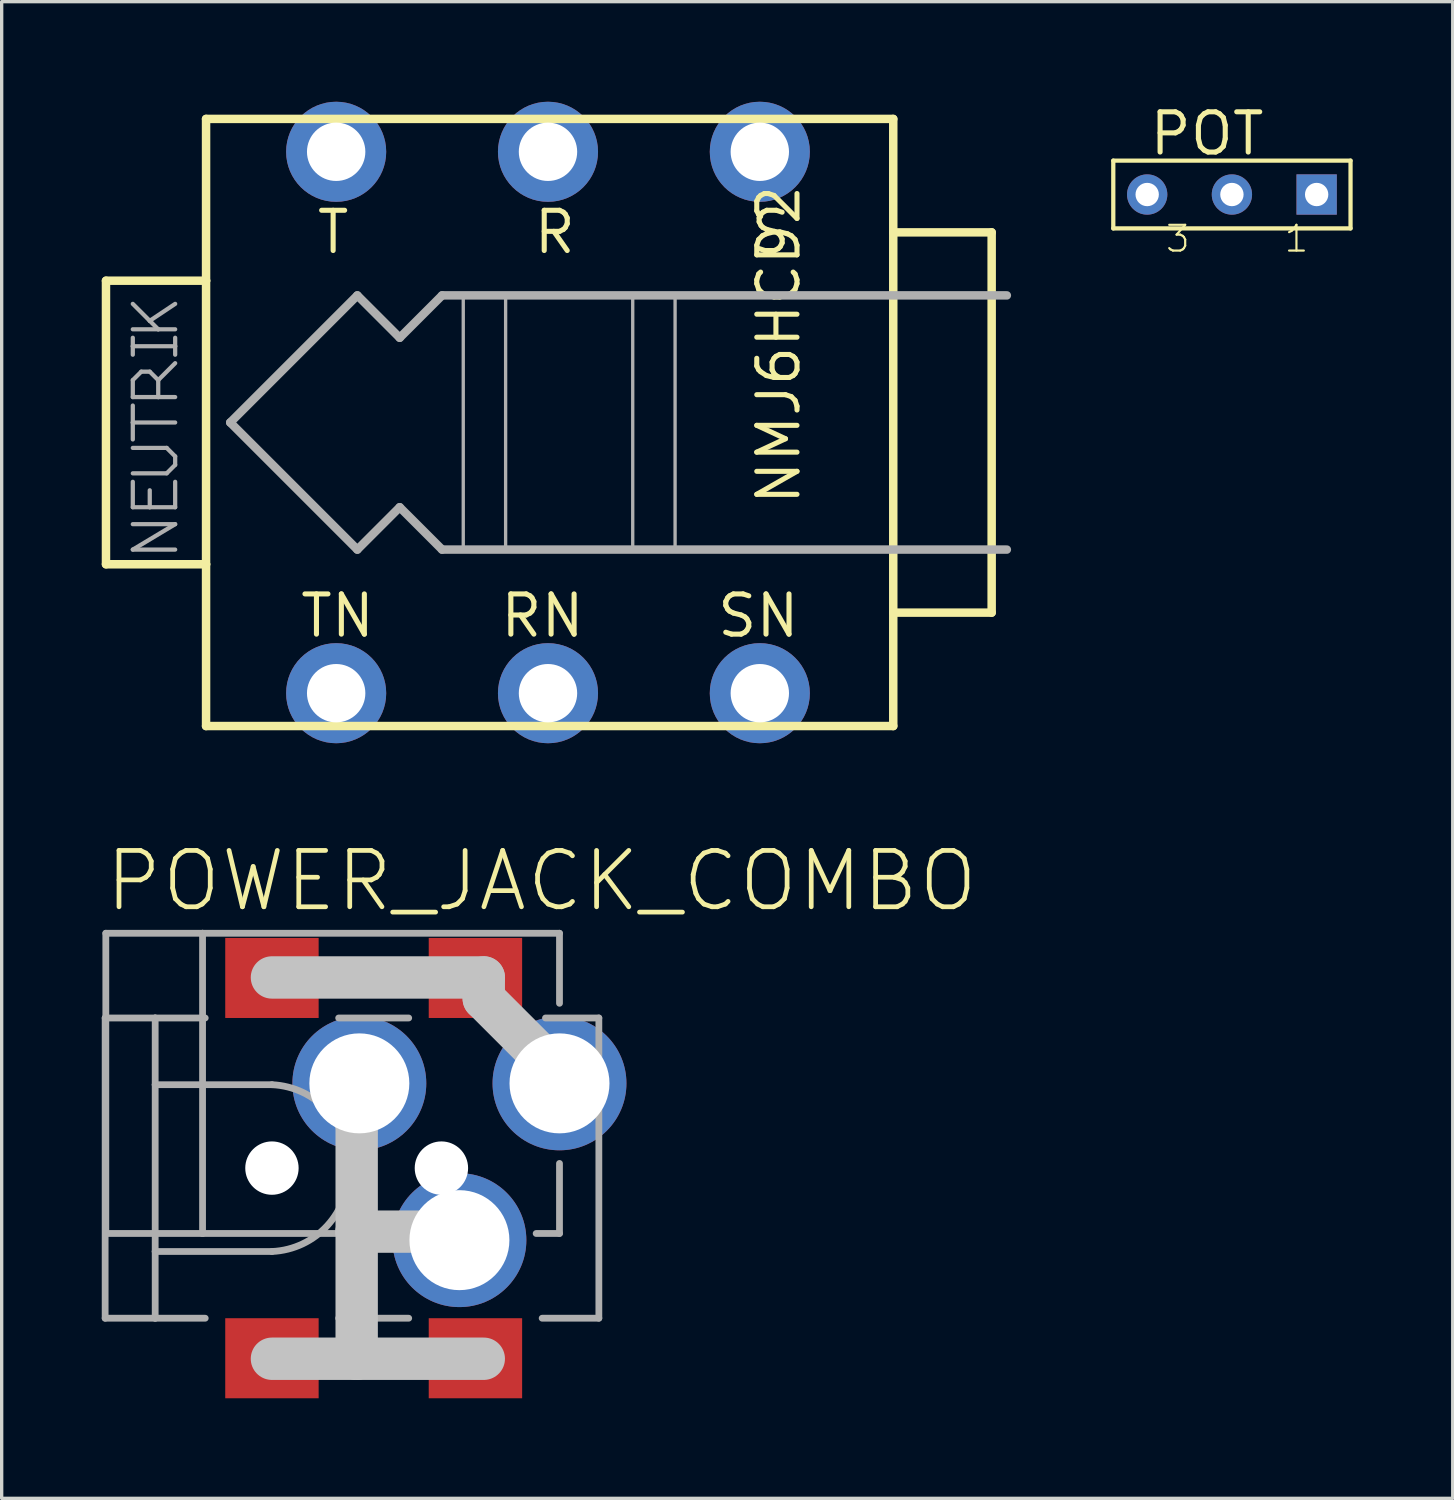
<source format=kicad_pcb>
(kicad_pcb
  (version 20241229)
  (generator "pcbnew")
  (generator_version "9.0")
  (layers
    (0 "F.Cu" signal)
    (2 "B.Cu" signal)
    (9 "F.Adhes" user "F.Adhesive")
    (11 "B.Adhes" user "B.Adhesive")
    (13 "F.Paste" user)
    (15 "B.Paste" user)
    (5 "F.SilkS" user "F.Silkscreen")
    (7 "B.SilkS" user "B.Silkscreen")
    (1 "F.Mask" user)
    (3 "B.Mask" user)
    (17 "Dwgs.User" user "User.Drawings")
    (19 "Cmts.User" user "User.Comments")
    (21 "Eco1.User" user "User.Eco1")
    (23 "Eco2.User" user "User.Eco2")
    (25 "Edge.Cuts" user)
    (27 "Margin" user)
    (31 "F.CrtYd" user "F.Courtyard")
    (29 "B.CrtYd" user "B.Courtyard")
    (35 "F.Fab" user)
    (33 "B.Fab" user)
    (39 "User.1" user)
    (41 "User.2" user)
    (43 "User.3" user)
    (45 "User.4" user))
  (footprint "NMJ6HCD2"
    (layer "F.Cu")
    (at 13.377 9.615)
    (property "Reference" "NMJ6HCD2" (at 7.62 2.54 90) (layer "F.SilkS") (effects (font (size 1.206 1.206) (thickness 0.152)) (justify left bottom)))
    (attr through_hole)
    (fp_line (start -13.25 -4.25) (end -10.25 -4.25) (stroke (width 0.254) (type solid)) (layer "F.SilkS"))
    (fp_line (start -13.25 4.25) (end -13.25 -4.25) (stroke (width 0.254) (type solid)) (layer "F.SilkS"))
    (fp_line (start -10.25 -9.1) (end -10.25 -4.25) (stroke (width 0.254) (type solid)) (layer "F.SilkS"))
    (fp_line (start -10.25 -4.25) (end -10.25 4.25) (stroke (width 0.254) (type solid)) (layer "F.SilkS"))
    (fp_line (start -10.25 4.25) (end -13.25 4.25) (stroke (width 0.254) (type solid)) (layer "F.SilkS"))
    (fp_line (start -10.25 4.25) (end -10.25 9.1) (stroke (width 0.254) (type solid)) (layer "F.SilkS"))
    (fp_line (start -10.25 9.1) (end 10.35 9.1) (stroke (width 0.254) (type solid)) (layer "F.SilkS"))
    (fp_line (start 10.35 -9.1) (end -10.25 -9.1) (stroke (width 0.254) (type solid)) (layer "F.SilkS"))
    (fp_line (start 10.35 -5.7) (end 10.35 -9.1) (stroke (width 0.254) (type solid)) (layer "F.SilkS"))
    (fp_line (start 10.35 -5.7) (end 13.3 -5.7) (stroke (width 0.254) (type solid)) (layer "F.SilkS"))
    (fp_line (start 10.35 5.7) (end 10.35 -5.7) (stroke (width 0.254) (type solid)) (layer "F.SilkS"))
    (fp_line (start 10.35 9.1) (end 10.35 5.7) (stroke (width 0.254) (type solid)) (layer "F.SilkS"))
    (fp_line (start 13.3 -5.7) (end 13.3 5.7) (stroke (width 0.254) (type solid)) (layer "F.SilkS"))
    (fp_line (start 13.3 5.7) (end 10.35 5.7) (stroke (width 0.254) (type solid)) (layer "F.SilkS"))
    (fp_line (start -12.446 -2.286) (end -12.446 -2.54) (stroke (width 0.127) (type solid)) (layer "F.Fab"))
    (fp_line (start -12.446 -2.032) (end -12.446 -2.286) (stroke (width 0.127) (type solid)) (layer "F.Fab"))
    (fp_line (start -12.446 -1.27) (end -12.192 -1.524) (stroke (width 0.127) (type solid)) (layer "F.Fab"))
    (fp_line (start -12.446 -0.762) (end -12.446 -1.27) (stroke (width 0.127) (type solid)) (layer "F.Fab"))
    (fp_line (start -12.446 0) (end -12.446 -0.508) (stroke (width 0.127) (type solid)) (layer "F.Fab"))
    (fp_line (start -12.446 0.508) (end -12.446 0) (stroke (width 0.127) (type solid)) (layer "F.Fab"))
    (fp_line (start -12.446 1.524) (end -11.43 1.524) (stroke (width 0.127) (type solid)) (layer "F.Fab"))
    (fp_line (start -12.446 2.54) (end -12.446 1.778) (stroke (width 0.127) (type solid)) (layer "F.Fab"))
    (fp_line (start -12.446 3.81) (end -11.176 3.048) (stroke (width 0.127) (type solid)) (layer "F.Fab"))
    (fp_line (start -12.192 -1.524) (end -11.938 -1.524) (stroke (width 0.127) (type solid)) (layer "F.Fab"))
    (fp_line (start -11.938 -3.048) (end -12.446 -3.556) (stroke (width 0.127) (type solid)) (layer "F.Fab"))
    (fp_line (start -11.938 -3.048) (end -11.176 -3.556) (stroke (width 0.127) (type solid)) (layer "F.Fab"))
    (fp_line (start -11.938 -1.524) (end -11.684 -1.27) (stroke (width 0.127) (type solid)) (layer "F.Fab"))
    (fp_line (start -11.938 2.54) (end -12.446 2.54) (stroke (width 0.127) (type solid)) (layer "F.Fab"))
    (fp_line (start -11.938 2.54) (end -11.938 2.032) (stroke (width 0.127) (type solid)) (layer "F.Fab"))
    (fp_line (start -11.684 -2.794) (end -12.446 -2.794) (stroke (width 0.127) (type solid)) (layer "F.Fab"))
    (fp_line (start -11.684 -2.794) (end -11.938 -3.048) (stroke (width 0.127) (type solid)) (layer "F.Fab"))
    (fp_line (start -11.684 -1.27) (end -11.684 -0.762) (stroke (width 0.127) (type solid)) (layer "F.Fab"))
    (fp_line (start -11.684 -1.27) (end -11.176 -1.778) (stroke (width 0.127) (type solid)) (layer "F.Fab"))
    (fp_line (start -11.684 -0.762) (end -12.446 -0.762) (stroke (width 0.127) (type solid)) (layer "F.Fab"))
    (fp_line (start -11.43 0.762) (end -12.446 0.762) (stroke (width 0.127) (type solid)) (layer "F.Fab"))
    (fp_line (start -11.43 1.524) (end -11.176 1.27) (stroke (width 0.127) (type solid)) (layer "F.Fab"))
    (fp_line (start -11.176 -2.794) (end -11.684 -2.794) (stroke (width 0.127) (type solid)) (layer "F.Fab"))
    (fp_line (start -11.176 -2.286) (end -12.446 -2.286) (stroke (width 0.127) (type solid)) (layer "F.Fab"))
    (fp_line (start -11.176 -2.286) (end -11.176 -2.54) (stroke (width 0.127) (type solid)) (layer "F.Fab"))
    (fp_line (start -11.176 -2.032) (end -11.176 -2.286) (stroke (width 0.127) (type solid)) (layer "F.Fab"))
    (fp_line (start -11.176 -0.762) (end -11.684 -0.762) (stroke (width 0.127) (type solid)) (layer "F.Fab"))
    (fp_line (start -11.176 0) (end -12.446 0) (stroke (width 0.127) (type solid)) (layer "F.Fab"))
    (fp_line (start -11.176 1.016) (end -11.43 0.762) (stroke (width 0.127) (type solid)) (layer "F.Fab"))
    (fp_line (start -11.176 1.27) (end -11.176 1.016) (stroke (width 0.127) (type solid)) (layer "F.Fab"))
    (fp_line (start -11.176 2.54) (end -11.938 2.54) (stroke (width 0.127) (type solid)) (layer "F.Fab"))
    (fp_line (start -11.176 2.54) (end -11.176 1.778) (stroke (width 0.127) (type solid)) (layer "F.Fab"))
    (fp_line (start -11.176 3.048) (end -12.446 3.048) (stroke (width 0.127) (type solid)) (layer "F.Fab"))
    (fp_line (start -11.176 3.81) (end -12.446 3.81) (stroke (width 0.127) (type solid)) (layer "F.Fab"))
    (fp_line (start -9.525 0) (end -5.715 3.81) (stroke (width 0.254) (type solid)) (layer "F.Fab"))
    (fp_line (start -5.715 -3.81) (end -9.525 0) (stroke (width 0.254) (type solid)) (layer "F.Fab"))
    (fp_line (start -5.715 3.81) (end -4.445 2.54) (stroke (width 0.254) (type solid)) (layer "F.Fab"))
    (fp_line (start -4.445 -2.54) (end -5.715 -3.81) (stroke (width 0.254) (type solid)) (layer "F.Fab"))
    (fp_line (start -4.445 2.54) (end -3.175 3.81) (stroke (width 0.254) (type solid)) (layer "F.Fab"))
    (fp_line (start -3.175 -3.81) (end -4.445 -2.54) (stroke (width 0.254) (type solid)) (layer "F.Fab"))
    (fp_line (start -3.175 3.81) (end 13.755 3.81) (stroke (width 0.254) (type solid)) (layer "F.Fab"))
    (fp_line (start 13.755 -3.81) (end -3.175 -3.81) (stroke (width 0.254) (type solid)) (layer "F.Fab"))
    (fp_poly (pts (xy -2.54 3.81) (xy -1.27 3.81) (xy -1.27 -3.81) (xy -2.54 -3.81)) (stroke (width 0.1) (type solid)) (fill no) (layer "F.Fab"))
    (fp_poly (pts (xy 2.54 3.81) (xy 3.81 3.81) (xy 3.81 -3.81) (xy 2.54 -3.81)) (stroke (width 0.1) (type solid)) (fill no) (layer "F.Fab"))
    (fp_text user "TN" (at -7.5 6.5 0) (layer "F.SilkS") (effects (font (size 1.206 1.206) (thickness 0.152)) (justify left bottom)))
    (fp_text user "RN" (at -1.5 6.5 0) (layer "F.SilkS") (effects (font (size 1.206 1.206) (thickness 0.152)) (justify left bottom)))
    (fp_text user "T" (at -7 -5 0) (layer "F.SilkS") (effects (font (size 1.206 1.206) (thickness 0.152)) (justify left bottom)))
    (fp_text user "SN" (at 5 6.5 0) (layer "F.SilkS") (effects (font (size 1.206 1.206) (thickness 0.152)) (justify left bottom)))
    (fp_text user "R" (at -0.5 -5 0) (layer "F.SilkS") (effects (font (size 1.206 1.206) (thickness 0.152)) (justify left bottom)))
    (fp_text user "S" (at 6 -5 0) (layer "F.SilkS") (effects (font (size 1.206 1.206) (thickness 0.152)) (justify left bottom)))
    (pad "R" thru_hole circle (at 0 -8.115) (size 3 3) (drill 1.75) (layers "*.Cu" "*.Mask"))
    (pad "RN" thru_hole circle (at 0 8.115) (size 3 3) (drill 1.75) (layers "*.Cu" "*.Mask"))
    (pad "S" thru_hole circle (at 6.35 -8.115) (size 3 3) (drill 1.75) (layers "*.Cu" "*.Mask"))
    (pad "SN" thru_hole circle (at 6.35 8.115) (size 3 3) (drill 1.75) (layers "*.Cu" "*.Mask"))
    (pad "T" thru_hole circle (at -6.35 -8.115) (size 3 3) (drill 1.75) (layers "*.Cu" "*.Mask"))
    (pad "TN" thru_hole circle (at -6.35 8.115) (size 3 3) (drill 1.75) (layers "*.Cu" "*.Mask")))
  (footprint "POWER_JACK_COMBO"
    (layer "F.Cu")
    (at 5.102 31.966)
    (property "Reference" "POWER_JACK_COMBO" (at -5.08 -7.62 0) (layer "F.SilkS") (effects (font (size 1.689 1.689) (thickness 0.142)) (justify left bottom)))
    (attr through_hole)
    (fp_line (start 0 -5.715) (end 6.35 -5.715) (stroke (width 1.27) (type solid)) (layer "Dwgs.User"))
    (fp_line (start 2.54 -2.54) (end 2.54 1.905) (stroke (width 1.27) (type solid)) (layer "Dwgs.User"))
    (fp_line (start 2.54 1.905) (end 2.54 5.715) (stroke (width 1.27) (type solid)) (layer "Dwgs.User"))
    (fp_line (start 2.54 5.715) (end 0 5.715) (stroke (width 1.27) (type solid)) (layer "Dwgs.User"))
    (fp_line (start 5.715 1.905) (end 2.54 1.905) (stroke (width 1.27) (type solid)) (layer "Dwgs.User"))
    (fp_line (start 6.35 -5.715) (end 6.35 -5.08) (stroke (width 1.27) (type solid)) (layer "Dwgs.User"))
    (fp_line (start 6.35 -5.08) (end 8.89 -2.54) (stroke (width 1.27) (type solid)) (layer "Dwgs.User"))
    (fp_line (start 6.35 5.715) (end 2.54 5.715) (stroke (width 1.27) (type solid)) (layer "Dwgs.User"))
    (fp_line (start -5 -4.5) (end -5 4.5) (stroke (width 0.203) (type solid)) (layer "F.Fab"))
    (fp_line (start -5 -4.5) (end -3.5 -4.5) (stroke (width 0.203) (type solid)) (layer "F.Fab"))
    (fp_line (start -4.98 1.96) (end -4.98 -7.04) (stroke (width 0.203) (type solid)) (layer "F.Fab"))
    (fp_line (start -4.98 1.96) (end -2.08 1.96) (stroke (width 0.203) (type solid)) (layer "F.Fab"))
    (fp_line (start -3.5 -4.5) (end -3.5 -2.5) (stroke (width 0.203) (type solid)) (layer "F.Fab"))
    (fp_line (start -3.5 -4.5) (end -2 -4.5) (stroke (width 0.203) (type solid)) (layer "F.Fab"))
    (fp_line (start -3.5 -2.5) (end -3.5 2.5) (stroke (width 0.203) (type solid)) (layer "F.Fab"))
    (fp_line (start -3.5 -2.5) (end 0 -2.5) (stroke (width 0.203) (type solid)) (layer "F.Fab"))
    (fp_line (start -3.5 2.5) (end -3.5 4.5) (stroke (width 0.203) (type solid)) (layer "F.Fab"))
    (fp_line (start -3.5 4.5) (end -5 4.5) (stroke (width 0.203) (type solid)) (layer "F.Fab"))
    (fp_line (start -2.08 -7.04) (end -4.98 -7.04) (stroke (width 0.203) (type solid)) (layer "F.Fab"))
    (fp_line (start -2.08 -7.04) (end -2.08 1.96) (stroke (width 0.203) (type solid)) (layer "F.Fab"))
    (fp_line (start -2.08 -7.04) (end 8.62 -7.04) (stroke (width 0.203) (type solid)) (layer "F.Fab"))
    (fp_line (start -2.08 1.96) (end 3.22 1.96) (stroke (width 0.203) (type solid)) (layer "F.Fab"))
    (fp_line (start -2 4.5) (end -3.5 4.5) (stroke (width 0.203) (type solid)) (layer "F.Fab"))
    (fp_line (start 0 2.5) (end -3.5 2.5) (stroke (width 0.203) (type solid)) (layer "F.Fab"))
    (fp_line (start 2 -4.5) (end 4.1 -4.5) (stroke (width 0.203) (type solid)) (layer "F.Fab"))
    (fp_line (start 4.1 4.5) (end 2 4.5) (stroke (width 0.203) (type solid)) (layer "F.Fab"))
    (fp_line (start 8.2 -4.5) (end 9.8 -4.5) (stroke (width 0.203) (type solid)) (layer "F.Fab"))
    (fp_line (start 8.62 -7.04) (end 8.62 -4.94) (stroke (width 0.203) (type solid)) (layer "F.Fab"))
    (fp_line (start 8.62 1.96) (end 7.92 1.96) (stroke (width 0.203) (type solid)) (layer "F.Fab"))
    (fp_line (start 8.62 1.96) (end 8.62 -0.14) (stroke (width 0.203) (type solid)) (layer "F.Fab"))
    (fp_line (start 9.8 -4.5) (end 9.8 4.5) (stroke (width 0.203) (type solid)) (layer "F.Fab"))
    (fp_line (start 9.8 4.5) (end 8.1 4.5) (stroke (width 0.203) (type solid)) (layer "F.Fab"))
    (fp_arc (start 0 -2.5) (mid 1.660767 -1.723446) (end 2.286 0) (stroke (width 0.2032) (type solid)) (layer "F.Fab"))
    (fp_arc (start 2.286 0) (mid 1.660767 1.723446) (end 0 2.5) (stroke (width 0.2032) (type solid)) (layer "F.Fab"))
    (pad "" np_thru_hole circle (at 0 0) (size 1.6 1.6) (drill 1.6) (layers "*.Cu"))
    (pad "" np_thru_hole circle (at 5.08 0) (size 1.6 1.6) (drill 1.6) (layers "*.Cu"))
    (pad "GND" thru_hole circle (at 5.62 2.16) (size 4.013 4.013) (drill 2.997) (layers "*.Cu" "*.Mask"))
    (pad "GND@1" thru_hole circle (at 2.62 -2.54 270) (size 4.013 4.013) (drill 2.997) (layers "*.Cu" "*.Mask"))
    (pad "GND@3" smd rect (at 0 5.7) (size 2.8 2.4) (layers "F.Cu" "F.Mask" "F.Paste"))
    (pad "GND@4" smd rect (at 6.1 5.7) (size 2.8 2.4) (layers "F.Cu" "F.Mask" "F.Paste"))
    (pad "POWER" thru_hole circle (at 8.62 -2.54 270) (size 4.013 4.013) (drill 2.997) (layers "*.Cu" "*.Mask"))
    (pad "POWER@1" smd rect (at 0 -5.7) (size 2.8 2.4) (layers "F.Cu" "F.Mask" "F.Paste"))
    (pad "POWER@2" smd rect (at 6.1 -5.7) (size 2.8 2.4) (layers "F.Cu" "F.Mask" "F.Paste")))
  (footprint "POT"
    (layer "F.Cu")
    (at 33.879 2.781)
    (property "Reference" "POT" (at -2.54 -1.118 0) (layer "F.SilkS") (effects (font (size 1.206 1.206) (thickness 0.152)) (justify left bottom)))
    (attr through_hole)
    (fp_line (start -3.556 -1.016) (end 3.556 -1.016) (stroke (width 0.127) (type solid)) (layer "F.SilkS"))
    (fp_line (start -3.556 1.016) (end -3.556 -1.016) (stroke (width 0.127) (type solid)) (layer "F.SilkS"))
    (fp_line (start 3.556 -1.016) (end 3.556 1.016) (stroke (width 0.127) (type solid)) (layer "F.SilkS"))
    (fp_line (start 3.556 1.016) (end -3.556 1.016) (stroke (width 0.127) (type solid)) (layer "F.SilkS"))
    (fp_text user "3" (at -2.032 1.778 0) (layer "F.SilkS") (effects (font (size 0.772 0.772) (thickness 0.065)) (justify left bottom)))
    (fp_text user "1" (at 1.524 1.778 0) (layer "F.SilkS") (effects (font (size 0.772 0.772) (thickness 0.065)) (justify left bottom)))
    (pad "1" thru_hole rect (at 2.54 0 90) (size 1.208 1.208) (drill 0.7) (layers "*.Cu" "*.Mask"))
    (pad "2" thru_hole circle (at 0 0 90) (size 1.208 1.208) (drill 0.7) (layers "*.Cu" "*.Mask"))
    (pad "3" thru_hole circle (at -2.54 0 90) (size 1.208 1.208) (drill 0.7) (layers "*.Cu" "*.Mask")))
  (gr_rect
    (start -3 -3)
    (end 40.498 41.866)
    (stroke (width 0.1) (type default))
    (fill no)
    (layer "Edge.Cuts")))
</source>
